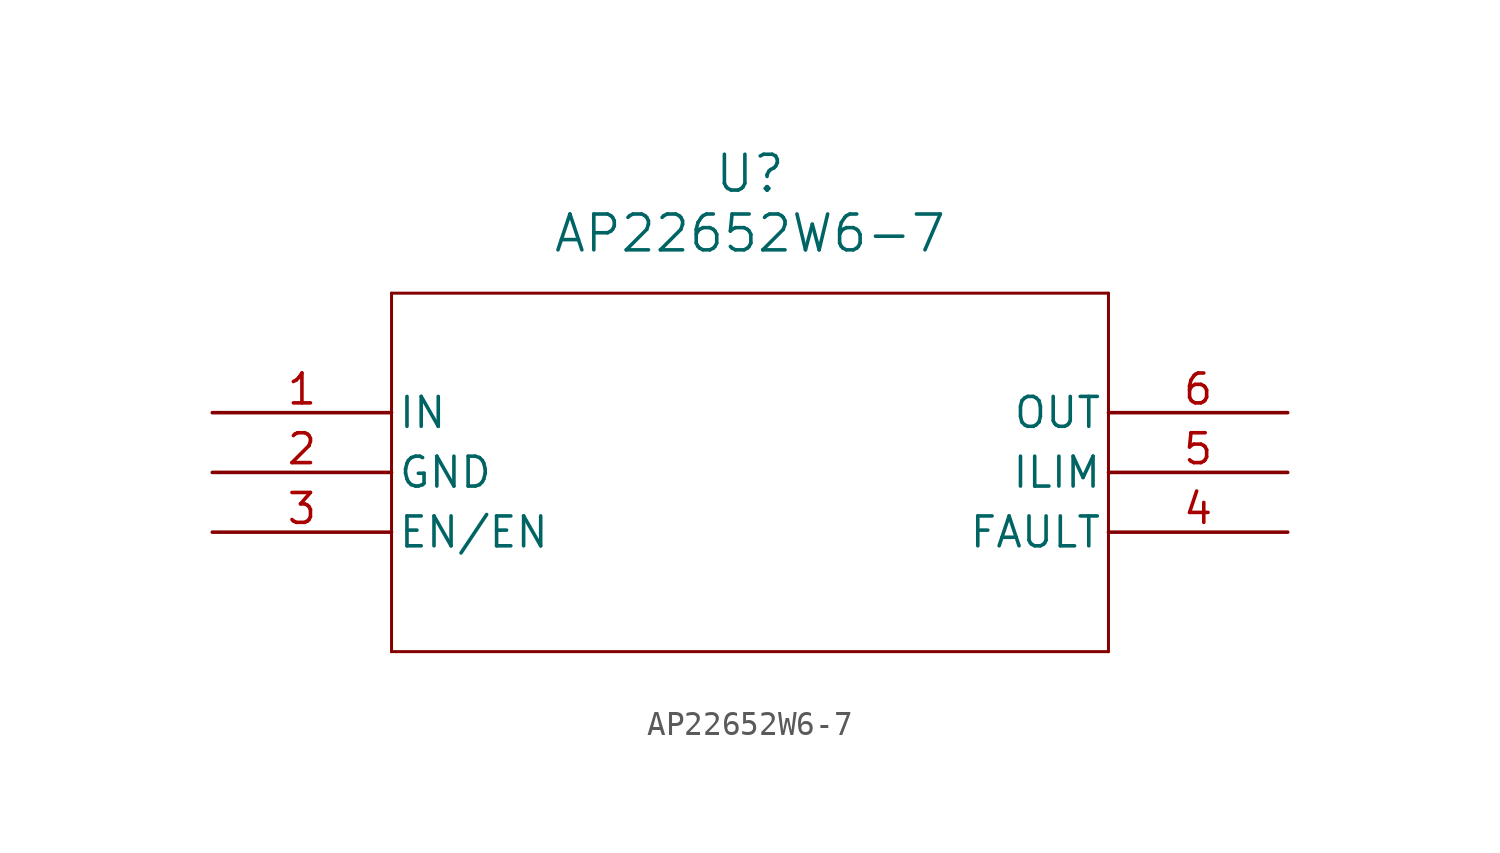
<source format=kicad_sym>
(kicad_symbol_lib
  (version 20211014)
  (generator kicad_symbol_editor)
  (symbol "AP22652W6-7"
    (pin_names
      (offset 0.254))
    (property "Reference" "U"
      (at 22.86 10.16 0)
      (effects (font (size 1.524 1.524))))
    (property "Value" "AP22652W6-7"
      (at 22.86 7.62 0)
      (effects (font (size 1.524 1.524))))
    (symbol "AP22652W6-7_0_1"
      (polyline (pts (xy 7.62 5.08) (xy 7.62 -10.16)) (stroke (width 0.127) (type default) (color 0 0 0 0)) (fill (type none)))
      (polyline (pts (xy 7.62 -10.16) (xy 38.1 -10.16)) (stroke (width 0.127) (type default) (color 0 0 0 0)) (fill (type none)))
      (polyline (pts (xy 38.1 -10.16) (xy 38.1 5.08)) (stroke (width 0.127) (type default) (color 0 0 0 0)) (fill (type none)))
      (polyline (pts (xy 38.1 5.08) (xy 7.62 5.08)) (stroke (width 0.127) (type default) (color 0 0 0 0)) (fill (type none)))
      (pin unspecified line (at 0 0 0) (length 7.62) (name "IN" (effects (font (size 1.27 1.27)))) (number "1" (effects (font (size 1.27 1.27)))))
      (pin power_out line (at 0 -2.54 0) (length 7.62) (name "GND" (effects (font (size 1.27 1.27)))) (number "2" (effects (font (size 1.27 1.27)))))
      (pin unspecified line (at 0 -5.08 0) (length 7.62) (name "EN/EN" (effects (font (size 1.27 1.27)))) (number "3" (effects (font (size 1.27 1.27)))))
      (pin unspecified line (at 45.72 -5.08 180) (length 7.62) (name "FAULT" (effects (font (size 1.27 1.27)))) (number "4" (effects (font (size 1.27 1.27)))))
      (pin unspecified line (at 45.72 -2.54 180) (length 7.62) (name "ILIM" (effects (font (size 1.27 1.27)))) (number "5" (effects (font (size 1.27 1.27)))))
      (pin output line (at 45.72 0 180) (length 7.62) (name "OUT" (effects (font (size 1.27 1.27)))) (number "6" (effects (font (size 1.27 1.27))))))))
</source>
